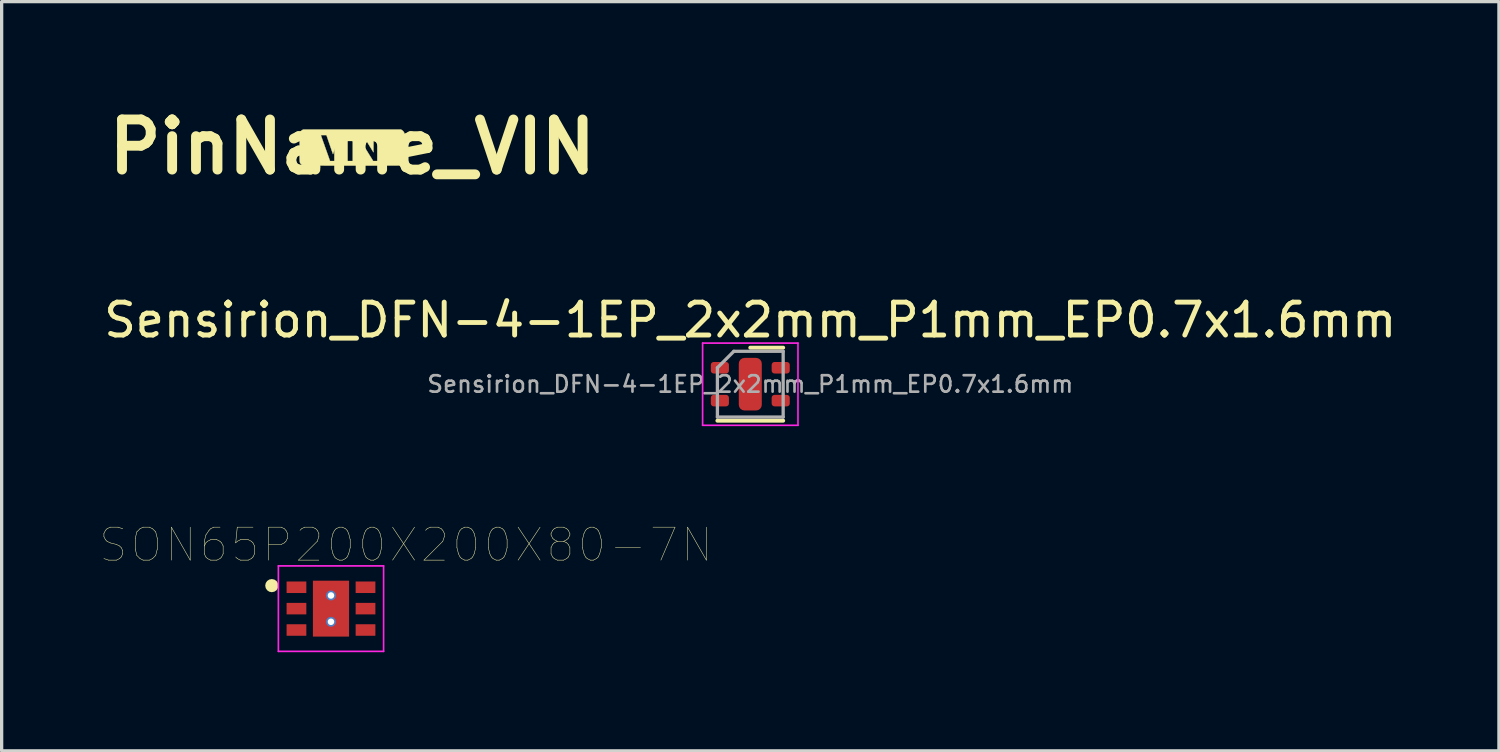
<source format=kicad_pcb>
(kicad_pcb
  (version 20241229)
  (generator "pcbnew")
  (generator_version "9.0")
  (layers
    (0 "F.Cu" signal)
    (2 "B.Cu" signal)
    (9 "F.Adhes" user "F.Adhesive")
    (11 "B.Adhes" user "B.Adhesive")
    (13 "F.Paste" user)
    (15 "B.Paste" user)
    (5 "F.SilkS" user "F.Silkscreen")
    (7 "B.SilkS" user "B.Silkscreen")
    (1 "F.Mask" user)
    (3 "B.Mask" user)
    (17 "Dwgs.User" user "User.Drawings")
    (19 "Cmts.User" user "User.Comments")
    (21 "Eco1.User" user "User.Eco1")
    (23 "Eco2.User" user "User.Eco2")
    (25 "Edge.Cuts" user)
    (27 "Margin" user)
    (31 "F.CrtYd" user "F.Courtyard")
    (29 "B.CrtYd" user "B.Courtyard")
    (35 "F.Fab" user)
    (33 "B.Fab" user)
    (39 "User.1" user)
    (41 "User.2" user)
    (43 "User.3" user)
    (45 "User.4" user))
  (footprint "PinName_VIN"
    (layer "F.Cu")
    (at 7.664 1.418)
    (property "Reference" "PinName_VIN" (at 0 0 0) (layer "F.SilkS") (effects (font (size 1.524 1.524) (thickness 0.3))))
    (attr through_hole)
    (fp_poly (pts (xy 1.502 -0.516) (xy 1.531 -0.496) (xy 1.557 -0.469) (xy 1.573 -0.442) (xy 1.586 -0.418) (xy 1.586 0.455) (xy 1.575 0.477) (xy 1.566 0.493) (xy 1.557 0.508) (xy 1.552 0.514) (xy 1.537 0.528) (xy 1.516 0.543) (xy 1.493 0.555) (xy 1.475 0.563) (xy 1.471 0.563) (xy 1.463 0.564) (xy 1.45 0.564) (xy 1.432 0.565) (xy 1.41 0.565) (xy 1.382 0.565) (xy 1.349 0.566) (xy 1.31 0.566) (xy 1.265 0.566) (xy 1.214 0.567) (xy 1.156 0.567) (xy 1.092 0.567) (xy 1.022 0.567) (xy 0.944 0.567) (xy 0.858 0.567) (xy 0.766 0.568) (xy 0.665 0.568) (xy 0.557 0.568) (xy 0.44 0.568) (xy 0.315 0.568) (xy 0.181 0.568) (xy 0.038 0.568) (xy -0.012 0.568) (xy -0.15 0.568) (xy -0.279 0.568) (xy -0.4 0.568) (xy -0.512 0.568) (xy -0.616 0.568) (xy -0.713 0.568) (xy -0.802 0.568) (xy -0.884 0.567) (xy -0.959 0.567) (xy -1.028 0.567) (xy -1.09 0.567) (xy -1.147 0.567) (xy -1.198 0.567) (xy -1.243 0.567) (xy -1.284 0.566) (xy -1.32 0.566) (xy -1.352 0.566) (xy -1.379 0.566) (xy -1.403 0.565) (xy -1.423 0.565) (xy -1.44 0.565) (xy -1.455 0.564) (xy -1.466 0.564) (xy -1.476 0.563) (xy -1.483 0.562) (xy -1.489 0.562) (xy -1.494 0.561) (xy -1.497 0.56) (xy -1.5 0.56) (xy -1.502 0.559) (xy -1.503 0.559) (xy -1.537 0.542) (xy -1.563 0.52) (xy -1.575 0.505) (xy -1.579 0.498) (xy -1.583 0.491) (xy -1.587 0.485) (xy -1.59 0.479) (xy -1.593 0.471) (xy -1.595 0.462) (xy -1.597 0.45) (xy -1.598 0.436) (xy -1.6 0.418) (xy -1.601 0.396) (xy -1.601 0.369) (xy -1.602 0.338) (xy -1.602 0.3) (xy -1.602 0.257) (xy -1.602 0.206) (xy -1.602 0.148) (xy -1.602 0.081) (xy -1.601 0.011) (xy -1.6 -0.354) (xy -0.955 -0.354) (xy -0.955 -0.353) (xy -0.953 -0.348) (xy -0.949 -0.335) (xy -0.941 -0.314) (xy -0.932 -0.287) (xy -0.92 -0.253) (xy -0.906 -0.214) (xy -0.89 -0.169) (xy -0.873 -0.121) (xy -0.854 -0.069) (xy -0.835 -0.014) (xy -0.815 0.041) (xy -0.677 0.429) (xy -0.591 0.429) (xy -0.506 0.429) (xy -0.366 0.038) (xy -0.345 -0.02) (xy -0.326 -0.075) (xy -0.307 -0.127) (xy -0.29 -0.175) (xy -0.274 -0.219) (xy -0.261 -0.258) (xy -0.249 -0.291) (xy -0.239 -0.319) (xy -0.232 -0.339) (xy -0.228 -0.352) (xy -0.226 -0.357) (xy -0.226 -0.357) (xy -0.231 -0.358) (xy -0.243 -0.359) (xy -0.261 -0.36) (xy -0.285 -0.36) (xy -0.309 -0.36) (xy -0.143 -0.36) (xy -0.143 0.429) (xy 0.014 0.429) (xy 0.171 0.429) (xy 0.314 0.429) (xy 0.314 0.173) (xy 0.314 0.125) (xy 0.314 0.081) (xy 0.315 0.04) (xy 0.315 0.003) (xy 0.315 -0.028) (xy 0.316 -0.052) (xy 0.317 -0.07) (xy 0.317 -0.08) (xy 0.318 -0.081) (xy 0.321 -0.077) (xy 0.328 -0.066) (xy 0.34 -0.048) (xy 0.355 -0.024) (xy 0.373 0.005) (xy 0.394 0.039) (xy 0.417 0.076) (xy 0.442 0.117) (xy 0.469 0.16) (xy 0.478 0.175) (xy 0.635 0.429) (xy 0.715 0.429) (xy 0.794 0.429) (xy 0.794 -0.36) (xy 0.72 -0.36) (xy 0.647 -0.36) (xy 0.645 -0.098) (xy 0.644 0.164) (xy 0.484 -0.097) (xy 0.325 -0.358) (xy 0.248 -0.359) (xy 0.171 -0.36) (xy 0.171 0.429) (xy 0.014 0.429) (xy 0.014 -0.36) (xy -0.143 -0.36) (xy -0.309 -0.36) (xy -0.391 -0.36) (xy -0.488 -0.069) (xy -0.504 -0.02) (xy -0.52 0.027) (xy -0.534 0.07) (xy -0.548 0.109) (xy -0.559 0.144) (xy -0.569 0.172) (xy -0.577 0.195) (xy -0.583 0.21) (xy -0.586 0.218) (xy -0.587 0.218) (xy -0.589 0.214) (xy -0.593 0.201) (xy -0.6 0.181) (xy -0.609 0.156) (xy -0.62 0.125) (xy -0.632 0.09) (xy -0.645 0.051) (xy -0.66 0.01) (xy -0.674 -0.032) (xy -0.689 -0.076) (xy -0.704 -0.119) (xy -0.719 -0.162) (xy -0.733 -0.202) (xy -0.745 -0.24) (xy -0.757 -0.274) (xy -0.767 -0.303) (xy -0.775 -0.327) (xy -0.781 -0.345) (xy -0.784 -0.356) (xy -0.785 -0.358) (xy -0.789 -0.359) (xy -0.802 -0.359) (xy -0.82 -0.36) (xy -0.844 -0.36) (xy -0.871 -0.36) (xy -0.871 -0.36) (xy -0.901 -0.36) (xy -0.924 -0.36) (xy -0.939 -0.359) (xy -0.949 -0.358) (xy -0.954 -0.356) (xy -0.955 -0.354) (xy -1.6 -0.354) (xy -1.6 -0.418) (xy -1.588 -0.443) (xy -1.568 -0.475) (xy -1.541 -0.501) (xy -1.515 -0.517) (xy -1.489 -0.529) (xy 1.476 -0.529) (xy 1.502 -0.516)) (stroke (width 0.01) (type solid)) (fill yes) (layer "F.SilkS")))
  (footprint "SON65P200X200X80-7N"
    (layer "F.Cu")
    (at 7.016 15.46)
    (property "Reference" "SON65P200X200X80-7N" (at 2.279 -1.938 0) (layer "F.SilkS") (effects (font (size 1.002 1.002) (thickness 0.015))))
    (attr through_hole)
    (fp_circle (center -1.8 -0.7) (end -1.7 -0.7) (stroke (width 0.2) (type solid)) (fill no) (layer "F.SilkS"))
    (fp_poly (pts (xy -0.311 -0.61) (xy 0.31 -0.61) (xy 0.31 0.611) (xy -0.311 0.611)) (stroke (width 0.01) (type solid)) (fill yes) (layer "F.Paste"))
    (fp_line (start -1.6 -1.3) (end 1.6 -1.3) (stroke (width 0.05) (type solid)) (layer "F.CrtYd"))
    (fp_line (start -1.6 1.3) (end -1.6 -1.3) (stroke (width 0.05) (type solid)) (layer "F.CrtYd"))
    (fp_line (start 1.6 -1.3) (end 1.6 1.3) (stroke (width 0.05) (type solid)) (layer "F.CrtYd"))
    (fp_line (start 1.6 1.3) (end -1.6 1.3) (stroke (width 0.05) (type solid)) (layer "F.CrtYd"))
    (pad "1" smd rect (at -1.05 -0.65) (size 0.6 0.35) (layers "F.Cu" "F.Mask" "F.Paste"))
    (pad "2" smd rect (at -1.05 0) (size 0.6 0.35) (layers "F.Cu" "F.Mask" "F.Paste"))
    (pad "3" smd rect (at -1.05 0.65) (size 0.6 0.35) (layers "F.Cu" "F.Mask" "F.Paste"))
    (pad "4" smd rect (at 1.05 0.65) (size 0.6 0.35) (layers "F.Cu" "F.Mask" "F.Paste"))
    (pad "5" smd rect (at 1.05 0) (size 0.6 0.35) (layers "F.Cu" "F.Mask" "F.Paste"))
    (pad "6" smd rect (at 1.05 -0.65) (size 0.6 0.35) (layers "F.Cu" "F.Mask" "F.Paste"))
    (pad "7" smd rect (at 0 0) (size 1.1 1.7) (layers "F.Cu" "F.Mask"))
    (pad "P$1" thru_hole circle (at 0 -0.4) (size 0.3 0.3) (drill 0.2) (layers "*.Cu" "*.Mask"))
    (pad "P$2" thru_hole circle (at 0 0.4) (size 0.3 0.3) (drill 0.2) (layers "*.Cu" "*.Mask")))
  (footprint "Sensirion_DFN-4-1EP_2x2mm_P1mm_EP0.7x1.6mm"
    (layer "F.Cu")
    (at 19.768 8.634)
    (property "Reference" "Sensirion_DFN-4-1EP_2x2mm_P1mm_EP0.7x1.6mm" (at 0 -1.95 0) (layer "F.SilkS") (effects (font (size 1 1) (thickness 0.15))))
    (attr smd)
    (fp_line (start -1 1.11) (end 1 1.11) (stroke (width 0.12) (type solid)) (layer "F.SilkS"))
    (fp_line (start 0 -1.11) (end 1 -1.11) (stroke (width 0.12) (type solid)) (layer "F.SilkS"))
    (fp_line (start -1.45 -1.25) (end -1.45 1.25) (stroke (width 0.05) (type solid)) (layer "F.CrtYd"))
    (fp_line (start -1.45 1.25) (end 1.45 1.25) (stroke (width 0.05) (type solid)) (layer "F.CrtYd"))
    (fp_line (start 1.45 -1.25) (end -1.45 -1.25) (stroke (width 0.05) (type solid)) (layer "F.CrtYd"))
    (fp_line (start 1.45 1.25) (end 1.45 -1.25) (stroke (width 0.05) (type solid)) (layer "F.CrtYd"))
    (fp_line (start -1 -0.5) (end -0.5 -1) (stroke (width 0.1) (type solid)) (layer "F.Fab"))
    (fp_line (start -1 1) (end -1 -0.5) (stroke (width 0.1) (type solid)) (layer "F.Fab"))
    (fp_line (start -0.5 -1) (end 1 -1) (stroke (width 0.1) (type solid)) (layer "F.Fab"))
    (fp_line (start 1 -1) (end 1 1) (stroke (width 0.1) (type solid)) (layer "F.Fab"))
    (fp_line (start 1 1) (end -1 1) (stroke (width 0.1) (type solid)) (layer "F.Fab"))
    (fp_text user "${REFERENCE}" (at 0 0 0) (layer "F.Fab") (effects (font (size 0.5 0.5) (thickness 0.08))))
    (pad "" smd roundrect (at -0.925 -0.5) (size 0.55 0.35) (layers "F.Paste") (roundrect_rratio 0.25))
    (pad "" smd roundrect (at -0.925 0.5) (size 0.55 0.35) (layers "F.Paste") (roundrect_rratio 0.25))
    (pad "" smd roundrect (at 0 0) (size 0.5 1.4) (layers "F.Paste") (roundrect_rratio 0.25))
    (pad "" smd roundrect (at 0.925 -0.5 180) (size 0.55 0.35) (layers "F.Paste") (roundrect_rratio 0.25))
    (pad "" smd roundrect (at 0.925 0.5 180) (size 0.55 0.35) (layers "F.Paste") (roundrect_rratio 0.25))
    (pad "1" smd roundrect (at -0.925 -0.5) (size 0.55 0.35) (layers "F.Cu" "F.Mask") (roundrect_rratio 0.25))
    (pad "2" smd roundrect (at -0.925 0.5) (size 0.55 0.35) (layers "F.Cu" "F.Mask") (roundrect_rratio 0.25))
    (pad "3" smd roundrect (at 0.925 0.5) (size 0.55 0.35) (layers "F.Cu" "F.Mask") (roundrect_rratio 0.25))
    (pad "4" smd roundrect (at 0.925 -0.5) (size 0.55 0.35) (layers "F.Cu" "F.Mask") (roundrect_rratio 0.25))
    (pad "5" smd roundrect (at 0 0) (size 0.7 1.6) (layers "F.Cu" "F.Mask") (roundrect_rratio 0.25)))
  (gr_rect
    (start -3 -3)
    (end 42.536 19.785)
    (stroke (width 0.1) (type default))
    (fill no)
    (layer "Edge.Cuts")))
</source>
